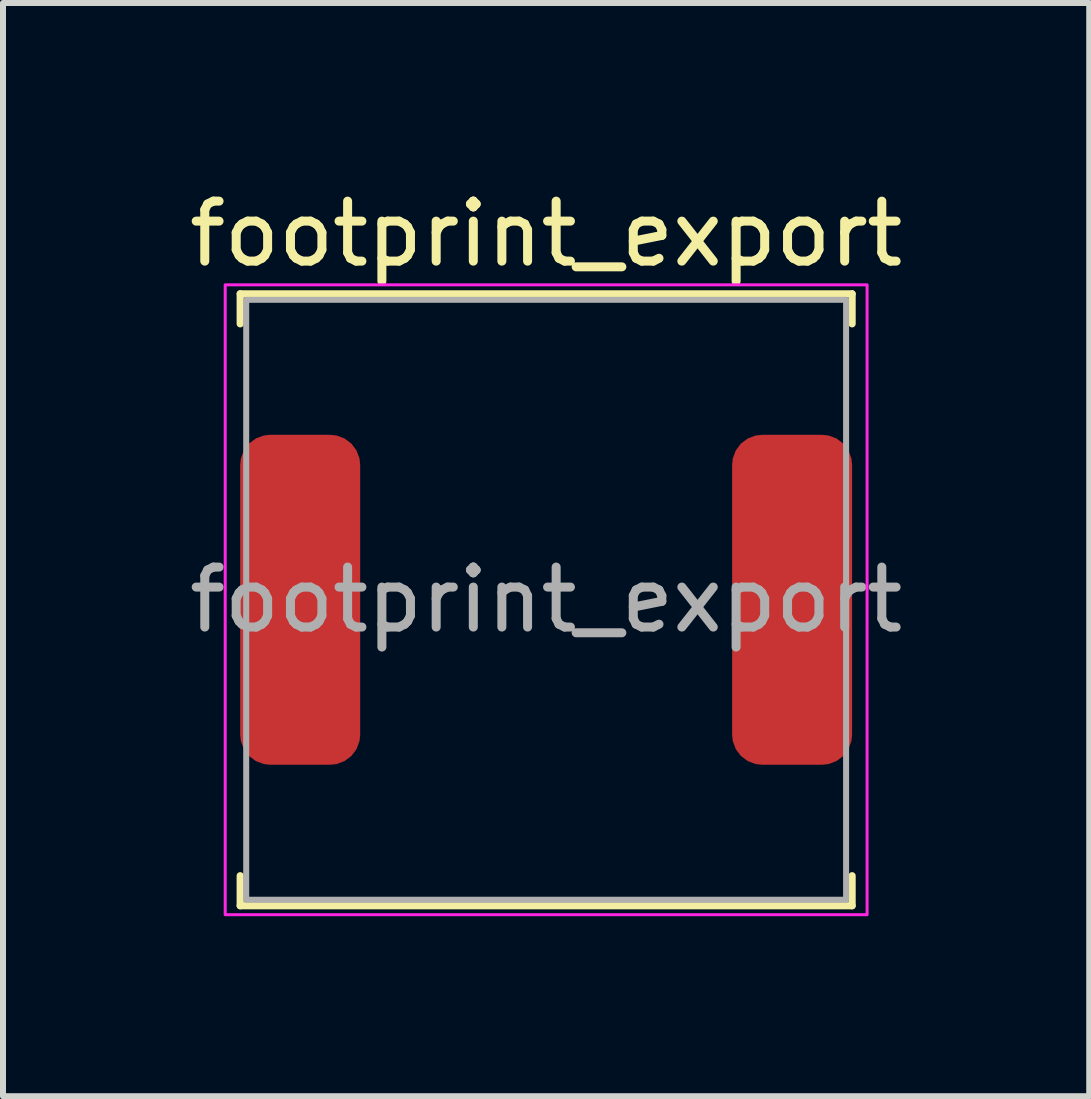
<source format=kicad_pcb>
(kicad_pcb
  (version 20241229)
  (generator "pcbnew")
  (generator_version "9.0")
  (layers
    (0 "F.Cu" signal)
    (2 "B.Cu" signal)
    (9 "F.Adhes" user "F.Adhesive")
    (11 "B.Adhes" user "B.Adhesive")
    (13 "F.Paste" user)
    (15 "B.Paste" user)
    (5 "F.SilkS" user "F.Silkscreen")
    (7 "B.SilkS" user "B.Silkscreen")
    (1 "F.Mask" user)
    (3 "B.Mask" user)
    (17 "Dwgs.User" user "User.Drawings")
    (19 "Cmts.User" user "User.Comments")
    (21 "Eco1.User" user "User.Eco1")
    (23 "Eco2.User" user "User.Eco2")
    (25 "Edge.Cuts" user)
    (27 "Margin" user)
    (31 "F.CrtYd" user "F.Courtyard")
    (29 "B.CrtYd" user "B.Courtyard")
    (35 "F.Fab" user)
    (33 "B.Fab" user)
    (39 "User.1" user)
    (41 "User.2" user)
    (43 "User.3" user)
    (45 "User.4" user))
  (footprint "footprint_export"
    (layer "F.Cu")
    (at 6.054 6.948)
    (property "Reference" "footprint_export" (at 0 -6.1 0) (layer "F.SilkS") (effects (font (size 1 1) (thickness 0.15))))
    (attr smd)
    (fp_line (start -5.1 -5.1) (end 5.1 -5.1) (stroke (width 0.12) (type default)) (layer "F.SilkS"))
    (fp_line (start -5.1 -4.6) (end -5.1 -5.1) (stroke (width 0.12) (type default)) (layer "F.SilkS"))
    (fp_line (start -5.1 5.1) (end -5.1 4.6) (stroke (width 0.12) (type default)) (layer "F.SilkS"))
    (fp_line (start 5.1 -5.1) (end 5.1 -4.6) (stroke (width 0.12) (type default)) (layer "F.SilkS"))
    (fp_line (start 5.1 4.6) (end 5.1 5.1) (stroke (width 0.12) (type default)) (layer "F.SilkS"))
    (fp_line (start 5.1 5.1) (end -5.1 5.1) (stroke (width 0.12) (type default)) (layer "F.SilkS"))
    (fp_rect (start -5.35 -5.25) (end 5.35 5.25) (stroke (width 0.05) (type default)) (fill no) (layer "F.CrtYd"))
    (fp_rect (start -5 -5) (end 5 5) (stroke (width 0.1) (type default)) (fill no) (layer "F.Fab"))
    (fp_text user "${REFERENCE}" (at 0 0 0) (layer "F.Fab") (effects (font (size 1 1) (thickness 0.15))))
    (pad "1" smd roundrect (at -4.1 0) (size 2 5.5) (layers "F.Cu" "F.Mask" "F.Paste") (roundrect_rratio 0.25))
    (pad "2" smd roundrect (at 4.1 0) (size 2 5.5) (layers "F.Cu" "F.Mask" "F.Paste") (roundrect_rratio 0.25)))
  (gr_rect
    (start -3 -3)
    (end 15.107 15.223)
    (stroke (width 0.1) (type default))
    (fill no)
    (layer "Edge.Cuts")))
</source>
